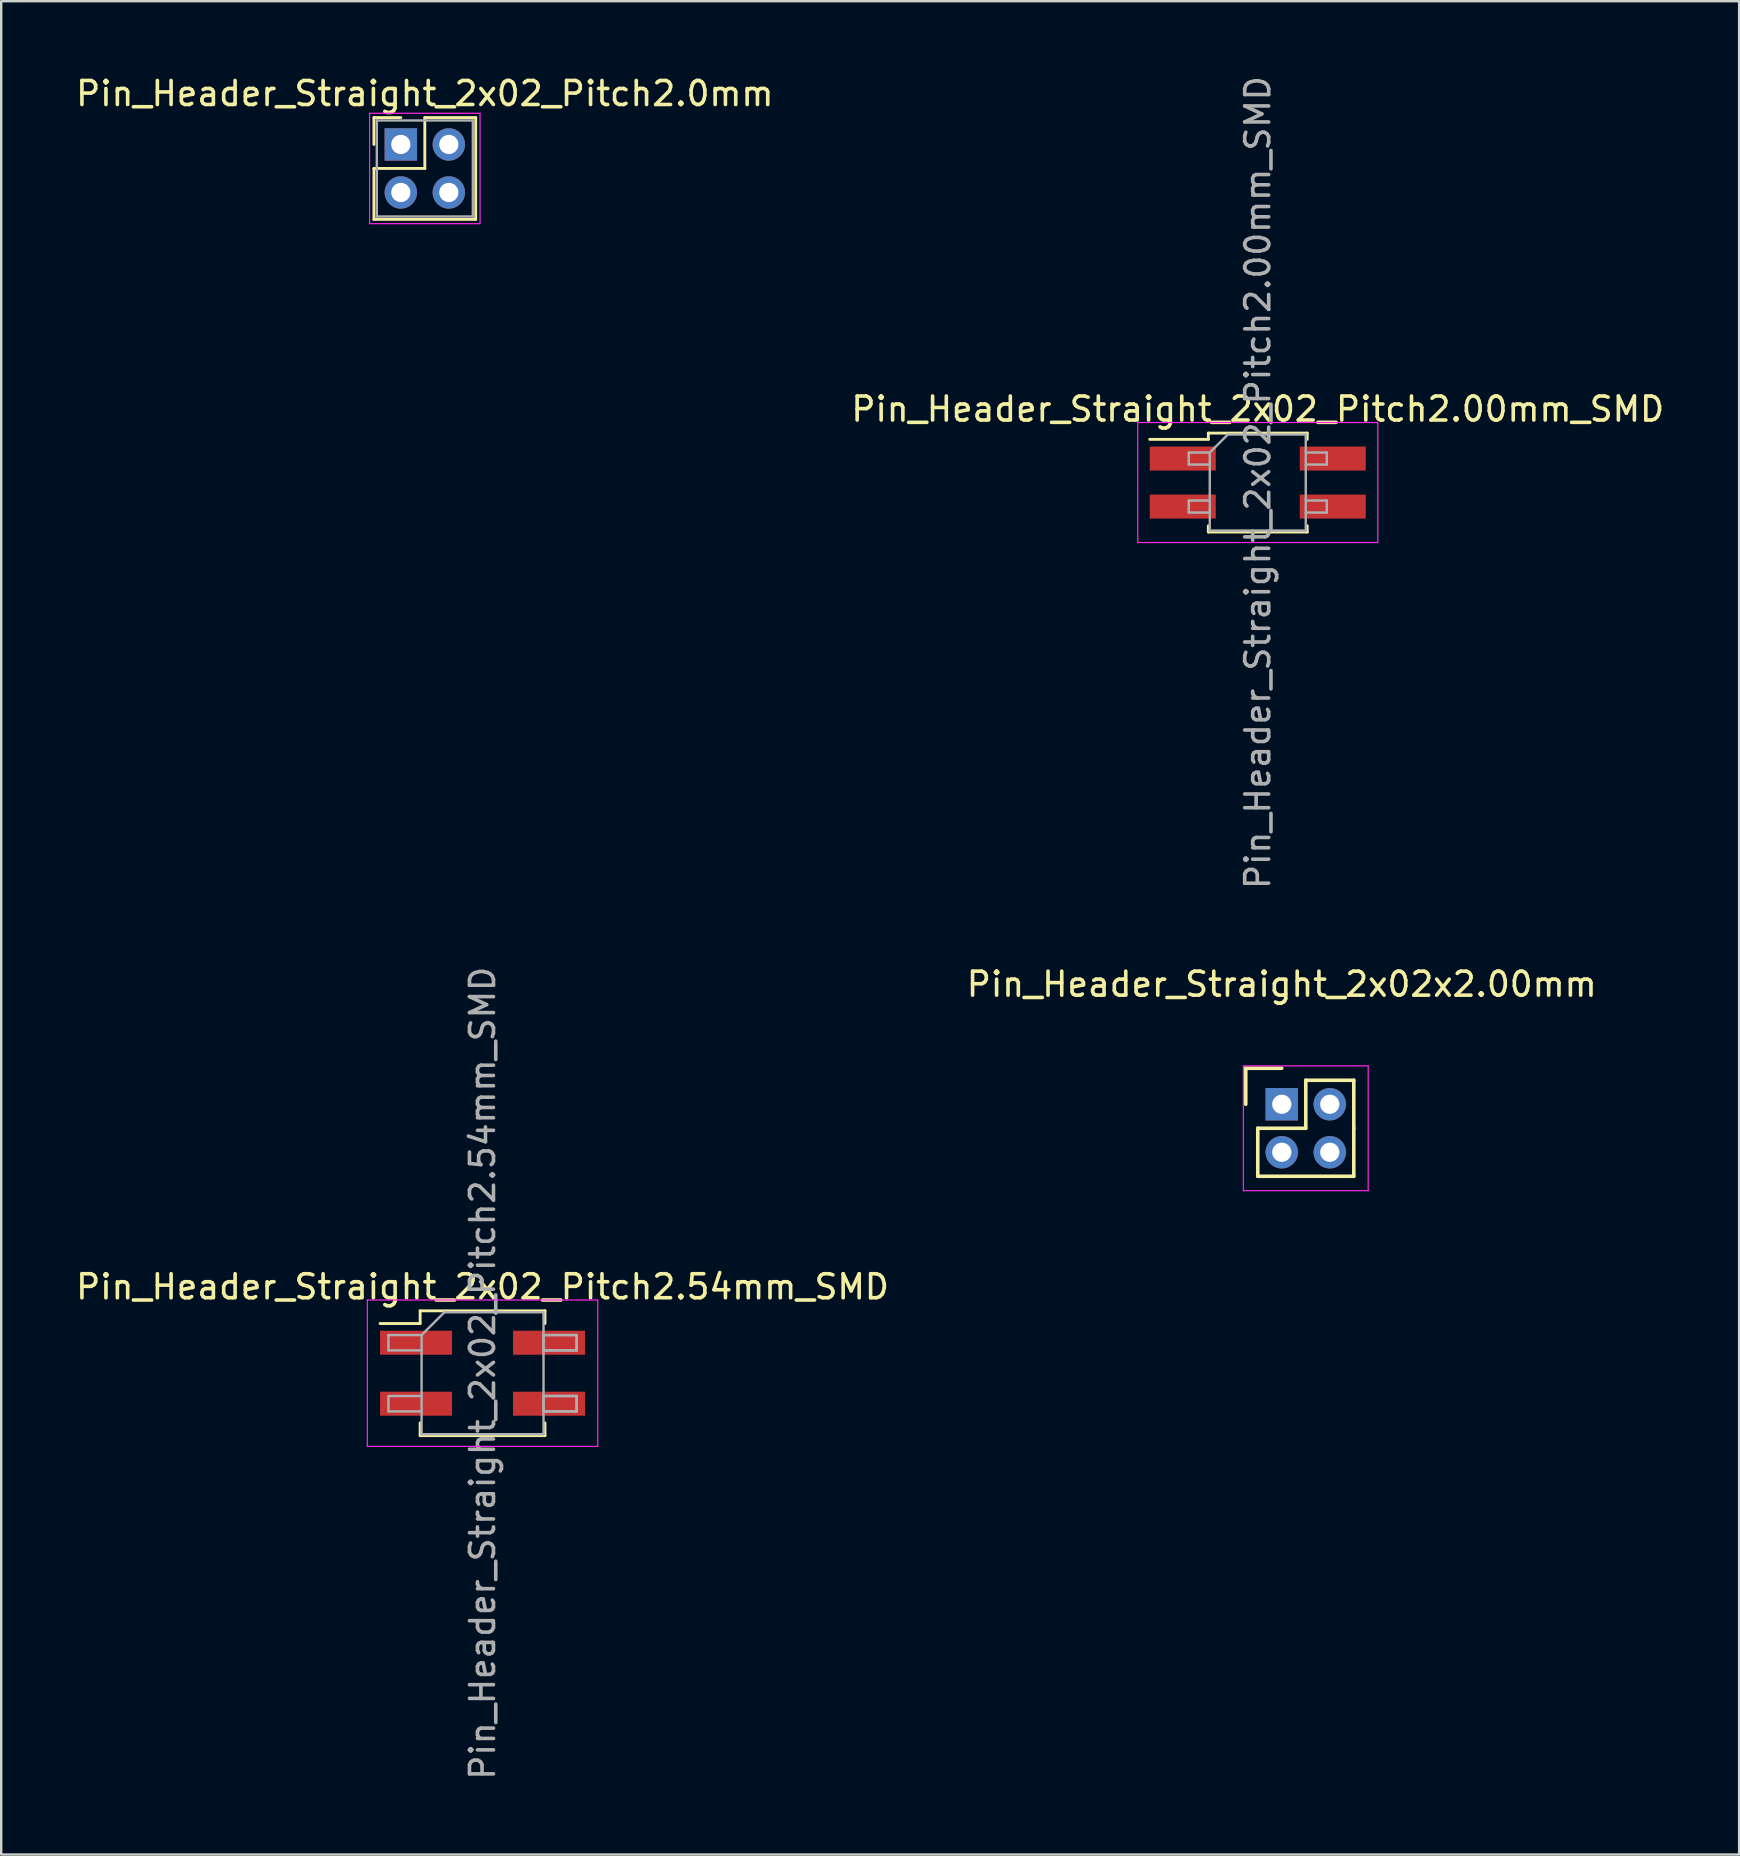
<source format=kicad_pcb>
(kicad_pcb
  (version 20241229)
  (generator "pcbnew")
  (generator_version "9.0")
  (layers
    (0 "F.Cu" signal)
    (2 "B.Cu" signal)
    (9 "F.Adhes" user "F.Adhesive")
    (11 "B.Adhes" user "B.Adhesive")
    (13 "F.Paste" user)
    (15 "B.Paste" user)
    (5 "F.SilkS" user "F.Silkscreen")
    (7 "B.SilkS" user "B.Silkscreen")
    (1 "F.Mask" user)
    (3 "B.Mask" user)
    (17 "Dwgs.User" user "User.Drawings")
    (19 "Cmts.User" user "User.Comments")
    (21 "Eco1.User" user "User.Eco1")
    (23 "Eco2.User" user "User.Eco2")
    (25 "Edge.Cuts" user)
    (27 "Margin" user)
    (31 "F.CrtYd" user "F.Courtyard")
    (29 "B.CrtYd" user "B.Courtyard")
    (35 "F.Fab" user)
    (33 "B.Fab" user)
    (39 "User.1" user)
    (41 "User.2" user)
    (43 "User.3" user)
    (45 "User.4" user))
  (footprint "Pin_Header_Straight_2x02x2.00mm"
    (layer "F.Cu")
    (at 50.351 42.955)
    (property "Reference" "Pin_Header_Straight_2x02x2.00mm" (at 0 -5 0) (layer "F.SilkS") (effects (font (size 1 1) (thickness 0.15))))
    (attr through_hole)
    (fp_line (start -1.5 -1.5) (end 0 -1.5) (stroke (width 0.15) (type solid)) (layer "F.SilkS"))
    (fp_line (start -1.5 0) (end -1.5 -1.5) (stroke (width 0.15) (type solid)) (layer "F.SilkS"))
    (fp_line (start -1 1) (end 1 1) (stroke (width 0.15) (type solid)) (layer "F.SilkS"))
    (fp_line (start -1 3) (end -1 1) (stroke (width 0.15) (type solid)) (layer "F.SilkS"))
    (fp_line (start 1 -1) (end 3 -1) (stroke (width 0.15) (type solid)) (layer "F.SilkS"))
    (fp_line (start 1 1) (end 1 -1) (stroke (width 0.15) (type solid)) (layer "F.SilkS"))
    (fp_line (start 3 -1) (end 3 1) (stroke (width 0.15) (type solid)) (layer "F.SilkS"))
    (fp_line (start 3 1) (end 3 3) (stroke (width 0.15) (type solid)) (layer "F.SilkS"))
    (fp_line (start 3 3) (end -1 3) (stroke (width 0.15) (type solid)) (layer "F.SilkS"))
    (fp_line (start -1.6 -1.6) (end 3.6 -1.6) (stroke (width 0.05) (type solid)) (layer "F.CrtYd"))
    (fp_line (start -1.6 3.6) (end -1.6 -1.6) (stroke (width 0.05) (type solid)) (layer "F.CrtYd"))
    (fp_line (start 3.6 -1.6) (end 3.6 3.6) (stroke (width 0.05) (type solid)) (layer "F.CrtYd"))
    (fp_line (start 3.6 3.6) (end -1.6 3.6) (stroke (width 0.05) (type solid)) (layer "F.CrtYd"))
    (pad "1" thru_hole rect (at 0 0) (size 1.35 1.35) (drill 0.8) (layers "*.Cu" "*.Mask"))
    (pad "2" thru_hole circle (at 2 0) (size 1.35 1.35) (drill 0.8) (layers "*.Cu" "*.Mask"))
    (pad "3" thru_hole circle (at 0 2) (size 1.35 1.35) (drill 0.8) (layers "*.Cu" "*.Mask"))
    (pad "4" thru_hole circle (at 2 2) (size 1.35 1.35) (drill 0.8) (layers "*.Cu" "*.Mask")))
  (footprint "Pin_Header_Straight_2x02_Pitch2.0mm"
    (layer "F.Cu")
    (at 13.649 2.968)
    (property "Reference" "Pin_Header_Straight_2x02_Pitch2.0mm" (at 1 -2.12 0) (layer "F.SilkS") (effects (font (size 1 1) (thickness 0.15))))
    (attr through_hole)
    (fp_line (start -1.12 -1.12) (end 0 -1.12) (stroke (width 0.12) (type solid)) (layer "F.SilkS"))
    (fp_line (start -1.12 0) (end -1.12 -1.12) (stroke (width 0.12) (type solid)) (layer "F.SilkS"))
    (fp_line (start -1.12 1) (end -1.12 3.12) (stroke (width 0.12) (type solid)) (layer "F.SilkS"))
    (fp_line (start -1.12 3.12) (end 3.12 3.12) (stroke (width 0.12) (type solid)) (layer "F.SilkS"))
    (fp_line (start 1 -1.12) (end 1 1) (stroke (width 0.12) (type solid)) (layer "F.SilkS"))
    (fp_line (start 1 1) (end -1.12 1) (stroke (width 0.12) (type solid)) (layer "F.SilkS"))
    (fp_line (start 3.12 -1.12) (end 1 -1.12) (stroke (width 0.12) (type solid)) (layer "F.SilkS"))
    (fp_line (start 3.12 3.12) (end 3.12 -1.12) (stroke (width 0.12) (type solid)) (layer "F.SilkS"))
    (fp_line (start -1.3 -1.3) (end -1.3 3.3) (stroke (width 0.05) (type solid)) (layer "F.CrtYd"))
    (fp_line (start -1.3 3.3) (end 3.3 3.3) (stroke (width 0.05) (type solid)) (layer "F.CrtYd"))
    (fp_line (start 3.3 -1.3) (end -1.3 -1.3) (stroke (width 0.05) (type solid)) (layer "F.CrtYd"))
    (fp_line (start 3.3 3.3) (end 3.3 -1.3) (stroke (width 0.05) (type solid)) (layer "F.CrtYd"))
    (fp_line (start -1 -1) (end -1 3) (stroke (width 0.1) (type solid)) (layer "F.Fab"))
    (fp_line (start -1 3) (end 3 3) (stroke (width 0.1) (type solid)) (layer "F.Fab"))
    (fp_line (start 3 -1) (end -1 -1) (stroke (width 0.1) (type solid)) (layer "F.Fab"))
    (fp_line (start 3 3) (end 3 -1) (stroke (width 0.1) (type solid)) (layer "F.Fab"))
    (pad "1" thru_hole rect (at 0 0) (size 1.35 1.35) (drill 0.8) (layers "*.Cu" "*.Mask"))
    (pad "2" thru_hole oval (at 2 0) (size 1.35 1.35) (drill 0.8) (layers "*.Cu" "*.Mask"))
    (pad "3" thru_hole oval (at 0 2) (size 1.35 1.35) (drill 0.8) (layers "*.Cu" "*.Mask"))
    (pad "4" thru_hole oval (at 2 2) (size 1.35 1.35) (drill 0.8) (layers "*.Cu" "*.Mask")))
  (footprint "Pin_Header_Straight_2x02_Pitch2.54mm_SMD"
    (layer "F.Cu")
    (at 17.054 54.161)
    (property "Reference" "Pin_Header_Straight_2x02_Pitch2.54mm_SMD" (at 0 -3.6 0) (layer "F.SilkS") (effects (font (size 1 1) (thickness 0.15))))
    (attr smd)
    (fp_line (start -4.27 -2.07) (end -2.6 -2.07) (stroke (width 0.12) (type solid)) (layer "F.SilkS"))
    (fp_line (start -2.6 -2.6) (end 2.6 -2.6) (stroke (width 0.12) (type solid)) (layer "F.SilkS"))
    (fp_line (start -2.6 -2.07) (end -2.6 -2.6) (stroke (width 0.12) (type solid)) (layer "F.SilkS"))
    (fp_line (start -2.6 2.07) (end -2.6 2.6) (stroke (width 0.12) (type solid)) (layer "F.SilkS"))
    (fp_line (start -2.6 2.6) (end 2.6 2.6) (stroke (width 0.12) (type solid)) (layer "F.SilkS"))
    (fp_line (start 2.6 -2.6) (end 2.6 -2.07) (stroke (width 0.12) (type solid)) (layer "F.SilkS"))
    (fp_line (start 2.6 2.6) (end 2.6 2.07) (stroke (width 0.12) (type solid)) (layer "F.SilkS"))
    (fp_line (start -4.8 -3.05) (end -4.8 3.05) (stroke (width 0.05) (type solid)) (layer "F.CrtYd"))
    (fp_line (start -4.8 3.05) (end 4.8 3.05) (stroke (width 0.05) (type solid)) (layer "F.CrtYd"))
    (fp_line (start 4.8 -3.05) (end -4.8 -3.05) (stroke (width 0.05) (type solid)) (layer "F.CrtYd"))
    (fp_line (start 4.8 3.05) (end 4.8 -3.05) (stroke (width 0.05) (type solid)) (layer "F.CrtYd"))
    (fp_line (start -3.92 -1.59) (end -3.92 -0.95) (stroke (width 0.1) (type solid)) (layer "F.Fab"))
    (fp_line (start -3.92 -0.95) (end -2.54 -0.95) (stroke (width 0.1) (type solid)) (layer "F.Fab"))
    (fp_line (start -3.92 0.95) (end -3.92 1.59) (stroke (width 0.1) (type solid)) (layer "F.Fab"))
    (fp_line (start -3.92 1.59) (end -2.54 1.59) (stroke (width 0.1) (type solid)) (layer "F.Fab"))
    (fp_line (start -2.54 -1.59) (end -3.92 -1.59) (stroke (width 0.1) (type solid)) (layer "F.Fab"))
    (fp_line (start -2.54 -1.59) (end -1.59 -2.54) (stroke (width 0.1) (type solid)) (layer "F.Fab"))
    (fp_line (start -2.54 0.95) (end -3.92 0.95) (stroke (width 0.1) (type solid)) (layer "F.Fab"))
    (fp_line (start -2.54 2.54) (end -2.54 -1.59) (stroke (width 0.1) (type solid)) (layer "F.Fab"))
    (fp_line (start -1.59 -2.54) (end 2.54 -2.54) (stroke (width 0.1) (type solid)) (layer "F.Fab"))
    (fp_line (start 2.54 -2.54) (end 2.54 2.54) (stroke (width 0.1) (type solid)) (layer "F.Fab"))
    (fp_line (start 2.54 -1.59) (end 2.54 -0.95) (stroke (width 0.1) (type solid)) (layer "F.Fab"))
    (fp_line (start 2.54 -1.59) (end 3.92 -1.59) (stroke (width 0.1) (type solid)) (layer "F.Fab"))
    (fp_line (start 2.54 -0.95) (end 3.92 -0.95) (stroke (width 0.1) (type solid)) (layer "F.Fab"))
    (fp_line (start 2.54 0.95) (end 2.54 1.59) (stroke (width 0.1) (type solid)) (layer "F.Fab"))
    (fp_line (start 2.54 0.95) (end 3.92 0.95) (stroke (width 0.1) (type solid)) (layer "F.Fab"))
    (fp_line (start 2.54 1.59) (end 3.92 1.59) (stroke (width 0.1) (type solid)) (layer "F.Fab"))
    (fp_line (start 2.54 2.54) (end -2.54 2.54) (stroke (width 0.1) (type solid)) (layer "F.Fab"))
    (fp_line (start 3.92 -1.59) (end 2.54 -1.59) (stroke (width 0.1) (type solid)) (layer "F.Fab"))
    (fp_line (start 3.92 -1.59) (end 3.92 -0.95) (stroke (width 0.1) (type solid)) (layer "F.Fab"))
    (fp_line (start 3.92 -0.95) (end 2.54 -0.95) (stroke (width 0.1) (type solid)) (layer "F.Fab"))
    (fp_line (start 3.92 -0.95) (end 3.92 -1.59) (stroke (width 0.1) (type solid)) (layer "F.Fab"))
    (fp_line (start 3.92 0.95) (end 2.54 0.95) (stroke (width 0.1) (type solid)) (layer "F.Fab"))
    (fp_line (start 3.92 0.95) (end 3.92 1.59) (stroke (width 0.1) (type solid)) (layer "F.Fab"))
    (fp_line (start 3.92 1.59) (end 2.54 1.59) (stroke (width 0.1) (type solid)) (layer "F.Fab"))
    (fp_line (start 3.92 1.59) (end 3.92 0.95) (stroke (width 0.1) (type solid)) (layer "F.Fab"))
    (fp_text user "${REFERENCE}" (at 0 0 90) (layer "F.Fab") (effects (font (size 1 1) (thickness 0.15))))
    (pad "1" smd rect (at -2.77 -1.27) (size 3 1) (layers "F.Cu" "F.Mask"))
    (pad "2" smd rect (at 2.77 -1.27) (size 3 1) (layers "F.Cu" "F.Mask"))
    (pad "3" smd rect (at -2.77 1.27) (size 3 1) (layers "F.Cu" "F.Mask"))
    (pad "4" smd rect (at 2.77 1.27) (size 3 1) (layers "F.Cu" "F.Mask")))
  (footprint "Pin_Header_Straight_2x02_Pitch2.00mm_SMD"
    (layer "F.Cu")
    (at 49.351 17.054)
    (property "Reference" "Pin_Header_Straight_2x02_Pitch2.00mm_SMD" (at 0 -3.06 0) (layer "F.SilkS") (effects (font (size 1 1) (thickness 0.15))))
    (attr smd)
    (fp_line (start -4.5 -1.8) (end -2.06 -1.8) (stroke (width 0.12) (type solid)) (layer "F.SilkS"))
    (fp_line (start -2.06 -2.06) (end 2.06 -2.06) (stroke (width 0.12) (type solid)) (layer "F.SilkS"))
    (fp_line (start -2.06 -1.8) (end -2.06 -2.06) (stroke (width 0.12) (type solid)) (layer "F.SilkS"))
    (fp_line (start -2.06 1.8) (end -2.06 2.06) (stroke (width 0.12) (type solid)) (layer "F.SilkS"))
    (fp_line (start -2.06 2.06) (end 2.06 2.06) (stroke (width 0.12) (type solid)) (layer "F.SilkS"))
    (fp_line (start 2.06 -2.06) (end 2.06 -1.8) (stroke (width 0.12) (type solid)) (layer "F.SilkS"))
    (fp_line (start 2.06 2.06) (end 2.06 1.8) (stroke (width 0.12) (type solid)) (layer "F.SilkS"))
    (fp_line (start -5 -2.5) (end -5 2.5) (stroke (width 0.05) (type solid)) (layer "F.CrtYd"))
    (fp_line (start -5 2.5) (end 5 2.5) (stroke (width 0.05) (type solid)) (layer "F.CrtYd"))
    (fp_line (start 5 -2.5) (end -5 -2.5) (stroke (width 0.05) (type solid)) (layer "F.CrtYd"))
    (fp_line (start 5 2.5) (end 5 -2.5) (stroke (width 0.05) (type solid)) (layer "F.CrtYd"))
    (fp_line (start -2.875 -1.25) (end -2.875 -0.75) (stroke (width 0.1) (type solid)) (layer "F.Fab"))
    (fp_line (start -2.875 -0.75) (end -2 -0.75) (stroke (width 0.1) (type solid)) (layer "F.Fab"))
    (fp_line (start -2.875 0.75) (end -2.875 1.25) (stroke (width 0.1) (type solid)) (layer "F.Fab"))
    (fp_line (start -2.875 1.25) (end -2 1.25) (stroke (width 0.1) (type solid)) (layer "F.Fab"))
    (fp_line (start -2 -1.25) (end -2.875 -1.25) (stroke (width 0.1) (type solid)) (layer "F.Fab"))
    (fp_line (start -2 -1.25) (end -1.25 -2) (stroke (width 0.1) (type solid)) (layer "F.Fab"))
    (fp_line (start -2 0.75) (end -2.875 0.75) (stroke (width 0.1) (type solid)) (layer "F.Fab"))
    (fp_line (start -2 2) (end -2 -1.25) (stroke (width 0.1) (type solid)) (layer "F.Fab"))
    (fp_line (start -1.25 -2) (end 2 -2) (stroke (width 0.1) (type solid)) (layer "F.Fab"))
    (fp_line (start 2 -2) (end 2 2) (stroke (width 0.1) (type solid)) (layer "F.Fab"))
    (fp_line (start 2 -1.25) (end 2.875 -1.25) (stroke (width 0.1) (type solid)) (layer "F.Fab"))
    (fp_line (start 2 0.75) (end 2.875 0.75) (stroke (width 0.1) (type solid)) (layer "F.Fab"))
    (fp_line (start 2 2) (end -2 2) (stroke (width 0.1) (type solid)) (layer "F.Fab"))
    (fp_line (start 2.875 -1.25) (end 2.875 -0.75) (stroke (width 0.1) (type solid)) (layer "F.Fab"))
    (fp_line (start 2.875 -0.75) (end 2 -0.75) (stroke (width 0.1) (type solid)) (layer "F.Fab"))
    (fp_line (start 2.875 0.75) (end 2.875 1.25) (stroke (width 0.1) (type solid)) (layer "F.Fab"))
    (fp_line (start 2.875 1.25) (end 2 1.25) (stroke (width 0.1) (type solid)) (layer "F.Fab"))
    (fp_text user "${REFERENCE}" (at 0 0 90) (layer "F.Fab") (effects (font (size 1 1) (thickness 0.15))))
    (pad "1" smd rect (at -3.125 -1) (size 2.75 1) (layers "F.Cu" "F.Mask" "F.Paste"))
    (pad "2" smd rect (at 3.125 -1) (size 2.75 1) (layers "F.Cu" "F.Mask" "F.Paste"))
    (pad "3" smd rect (at -3.125 1) (size 2.75 1) (layers "F.Cu" "F.Mask" "F.Paste"))
    (pad "4" smd rect (at 3.125 1) (size 2.75 1) (layers "F.Cu" "F.Mask" "F.Paste")))
  (gr_rect
    (start -3 -3)
    (end 69.405 74.214)
    (stroke (width 0.1) (type default))
    (fill no)
    (layer "Edge.Cuts")))
</source>
